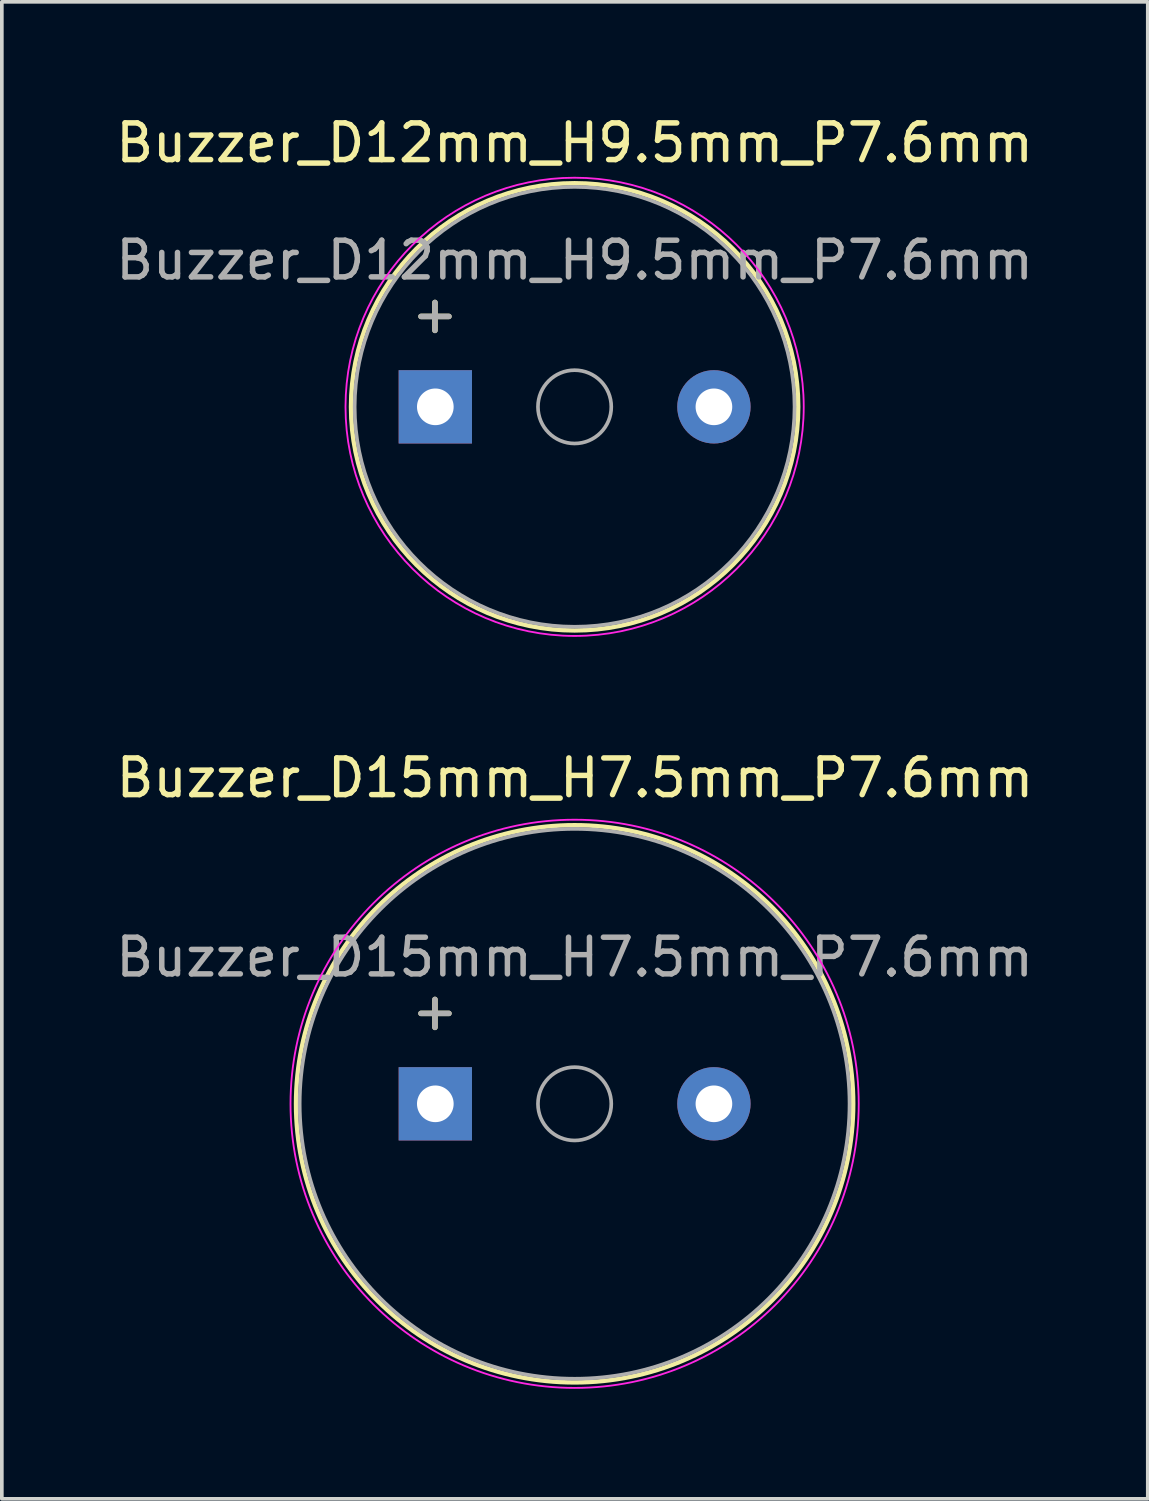
<source format=kicad_pcb>
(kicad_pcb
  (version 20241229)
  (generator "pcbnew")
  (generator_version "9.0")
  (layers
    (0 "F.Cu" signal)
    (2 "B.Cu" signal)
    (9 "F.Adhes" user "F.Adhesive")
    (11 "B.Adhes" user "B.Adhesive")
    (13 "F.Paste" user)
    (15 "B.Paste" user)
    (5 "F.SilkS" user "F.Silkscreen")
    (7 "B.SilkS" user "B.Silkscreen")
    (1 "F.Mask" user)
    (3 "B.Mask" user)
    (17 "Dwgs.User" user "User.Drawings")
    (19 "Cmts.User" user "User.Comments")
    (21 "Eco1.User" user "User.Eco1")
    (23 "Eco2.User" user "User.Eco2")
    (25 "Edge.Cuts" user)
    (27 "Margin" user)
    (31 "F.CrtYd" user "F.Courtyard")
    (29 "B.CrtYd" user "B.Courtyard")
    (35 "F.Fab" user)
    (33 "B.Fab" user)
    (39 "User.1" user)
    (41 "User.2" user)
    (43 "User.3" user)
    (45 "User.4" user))
  (footprint "Buzzer_D15mm_H7.5mm_P7.6mm"
    (layer "F.Cu")
    (at 8.825 27.061)
    (property "Reference" "Buzzer_D15mm_H7.5mm_P7.6mm" (at 3.81 -8.89 0) (layer "F.SilkS") (effects (font (size 1 1) (thickness 0.15))))
    (attr through_hole)
    (fp_circle (center 3.8 0) (end 11.4 0) (stroke (width 0.12) (type solid)) (fill no) (layer "F.SilkS"))
    (fp_circle (center 3.8 0) (end 11.55 0) (stroke (width 0.05) (type solid)) (fill no) (layer "F.CrtYd"))
    (fp_circle (center 3.8 0) (end 4.8 0) (stroke (width 0.1) (type solid)) (fill no) (layer "F.Fab"))
    (fp_circle (center 3.8 0) (end 11.3 0) (stroke (width 0.1) (type solid)) (fill no) (layer "F.Fab"))
    (fp_text user "+" (at -0.01 -2.54 0) (layer "F.SilkS") (effects (font (size 1 1) (thickness 0.15))))
    (fp_text user "+" (at -0.01 -2.54 0) (layer "F.Fab") (effects (font (size 1 1) (thickness 0.15))))
    (fp_text user "${REFERENCE}" (at 3.8 -4 0) (layer "F.Fab") (effects (font (size 1 1) (thickness 0.15))))
    (pad "1" thru_hole rect (at 0 0) (size 2 2) (drill 1) (layers "*.Cu" "*.Mask"))
    (pad "2" thru_hole circle (at 7.6 0) (size 2 2) (drill 1) (layers "*.Cu" "*.Mask")))
  (footprint "Buzzer_D12mm_H9.5mm_P7.6mm"
    (layer "F.Cu")
    (at 8.825 8.048)
    (property "Reference" "Buzzer_D12mm_H9.5mm_P7.6mm" (at 3.8 -7.2 0) (layer "F.SilkS") (effects (font (size 1 1) (thickness 0.15))))
    (attr through_hole)
    (fp_circle (center 3.8 0) (end 9.9 0) (stroke (width 0.12) (type solid)) (fill no) (layer "F.SilkS"))
    (fp_circle (center 3.8 0) (end 10.05 0) (stroke (width 0.05) (type solid)) (fill no) (layer "F.CrtYd"))
    (fp_circle (center 3.8 0) (end 4.8 0) (stroke (width 0.1) (type solid)) (fill no) (layer "F.Fab"))
    (fp_circle (center 3.8 0) (end 9.8 0) (stroke (width 0.1) (type solid)) (fill no) (layer "F.Fab"))
    (fp_text user "+" (at -0.01 -2.54 0) (layer "F.SilkS") (effects (font (size 1 1) (thickness 0.15))))
    (fp_text user "+" (at -0.01 -2.54 0) (layer "F.Fab") (effects (font (size 1 1) (thickness 0.15))))
    (fp_text user "${REFERENCE}" (at 3.8 -4 0) (layer "F.Fab") (effects (font (size 1 1) (thickness 0.15))))
    (pad "1" thru_hole rect (at 0 0) (size 2 2) (drill 1) (layers "*.Cu" "*.Mask"))
    (pad "2" thru_hole circle (at 7.6 0) (size 2 2) (drill 1) (layers "*.Cu" "*.Mask")))
  (gr_rect
    (start -3 -3)
    (end 28.26 37.837)
    (stroke (width 0.1) (type default))
    (fill no)
    (layer "Edge.Cuts")))
</source>
